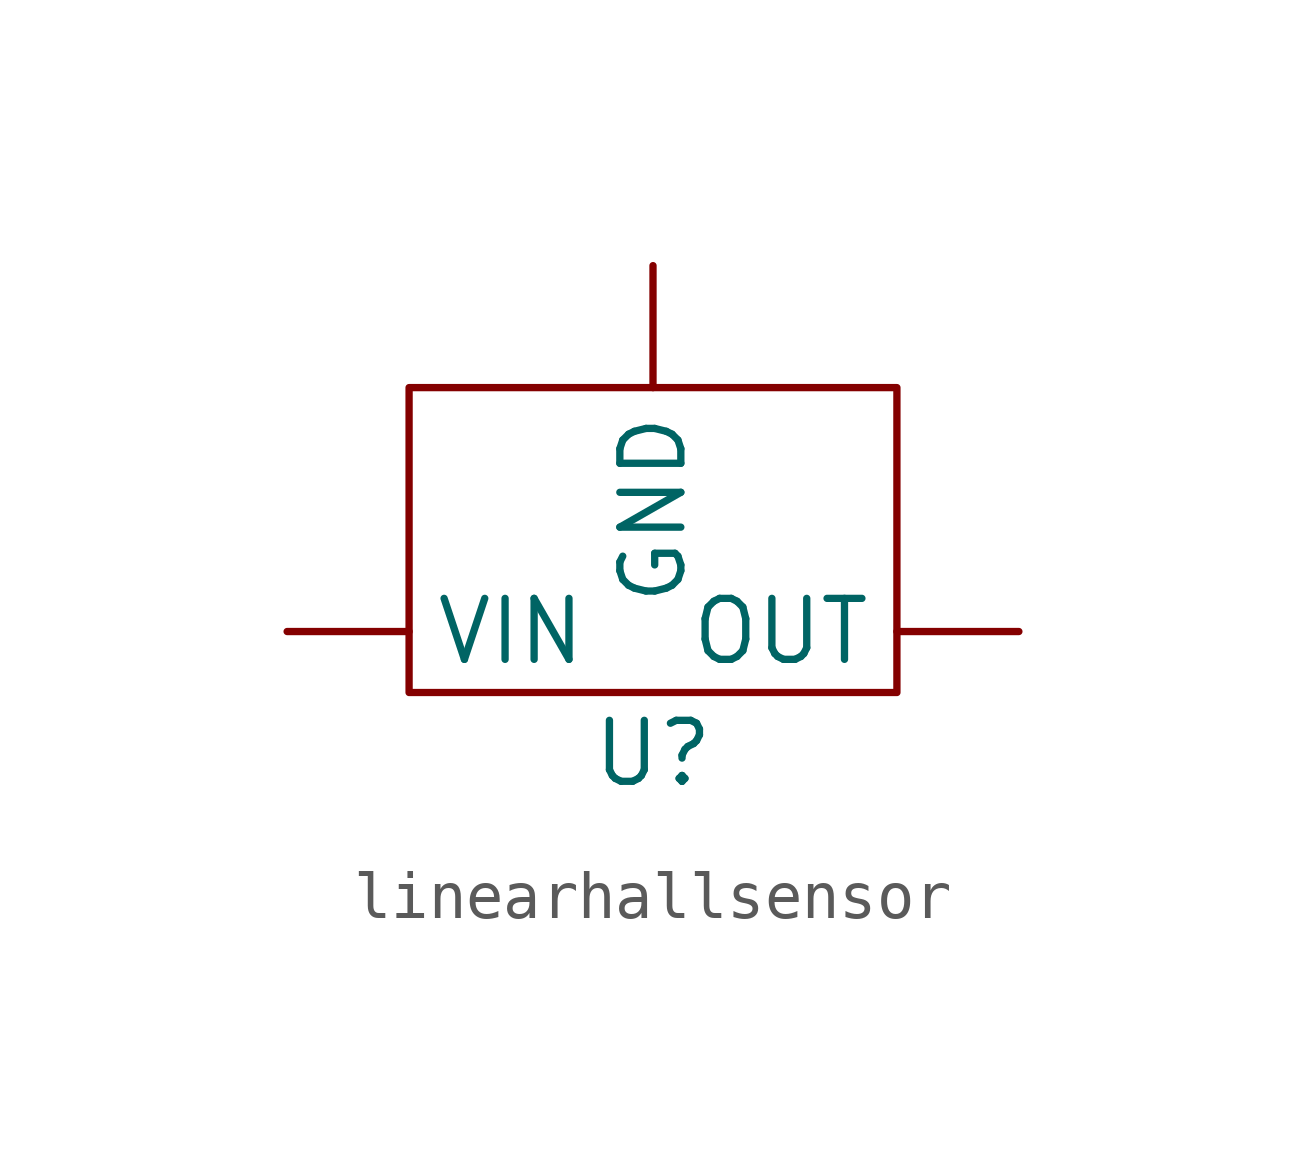
<source format=kicad_sym>
(kicad_symbol_lib
  (version 20241209)
  (generator "kicad_symbol_editor")
  (generator_version "9.0")
  (symbol "linearhallsensor"
    (property "Reference" "U"
      (at 1.27 0 0)
      (effects (font (size 1.27 1.27))))
    (property "Value" ""
      (at 0 0 0)
      (effects (font (size 1.27 1.27))))
    (symbol "linearhallsensor_0_1"
      (rectangle (start -3.81 7.62) (end 6.35 1.27) (stroke (width 0) (type default)) (fill (type none))))
    (symbol "linearhallsensor_1_1"
      (pin input line (at -6.35 2.54 0) (length 2.54) (name "VIN" (effects (font (size 1.27 1.27)))) (number "" (effects (font (size 1.27 1.27)))))
      (pin input line (at 1.27 10.16 270) (length 2.54) (name "GND" (effects (font (size 1.27 1.27)))) (number "" (effects (font (size 1.27 1.27)))))
      (pin input line (at 8.89 2.54 180) (length 2.54) (name "OUT" (effects (font (size 1.27 1.27)))) (number "" (effects (font (size 1.27 1.27))))))))
</source>
